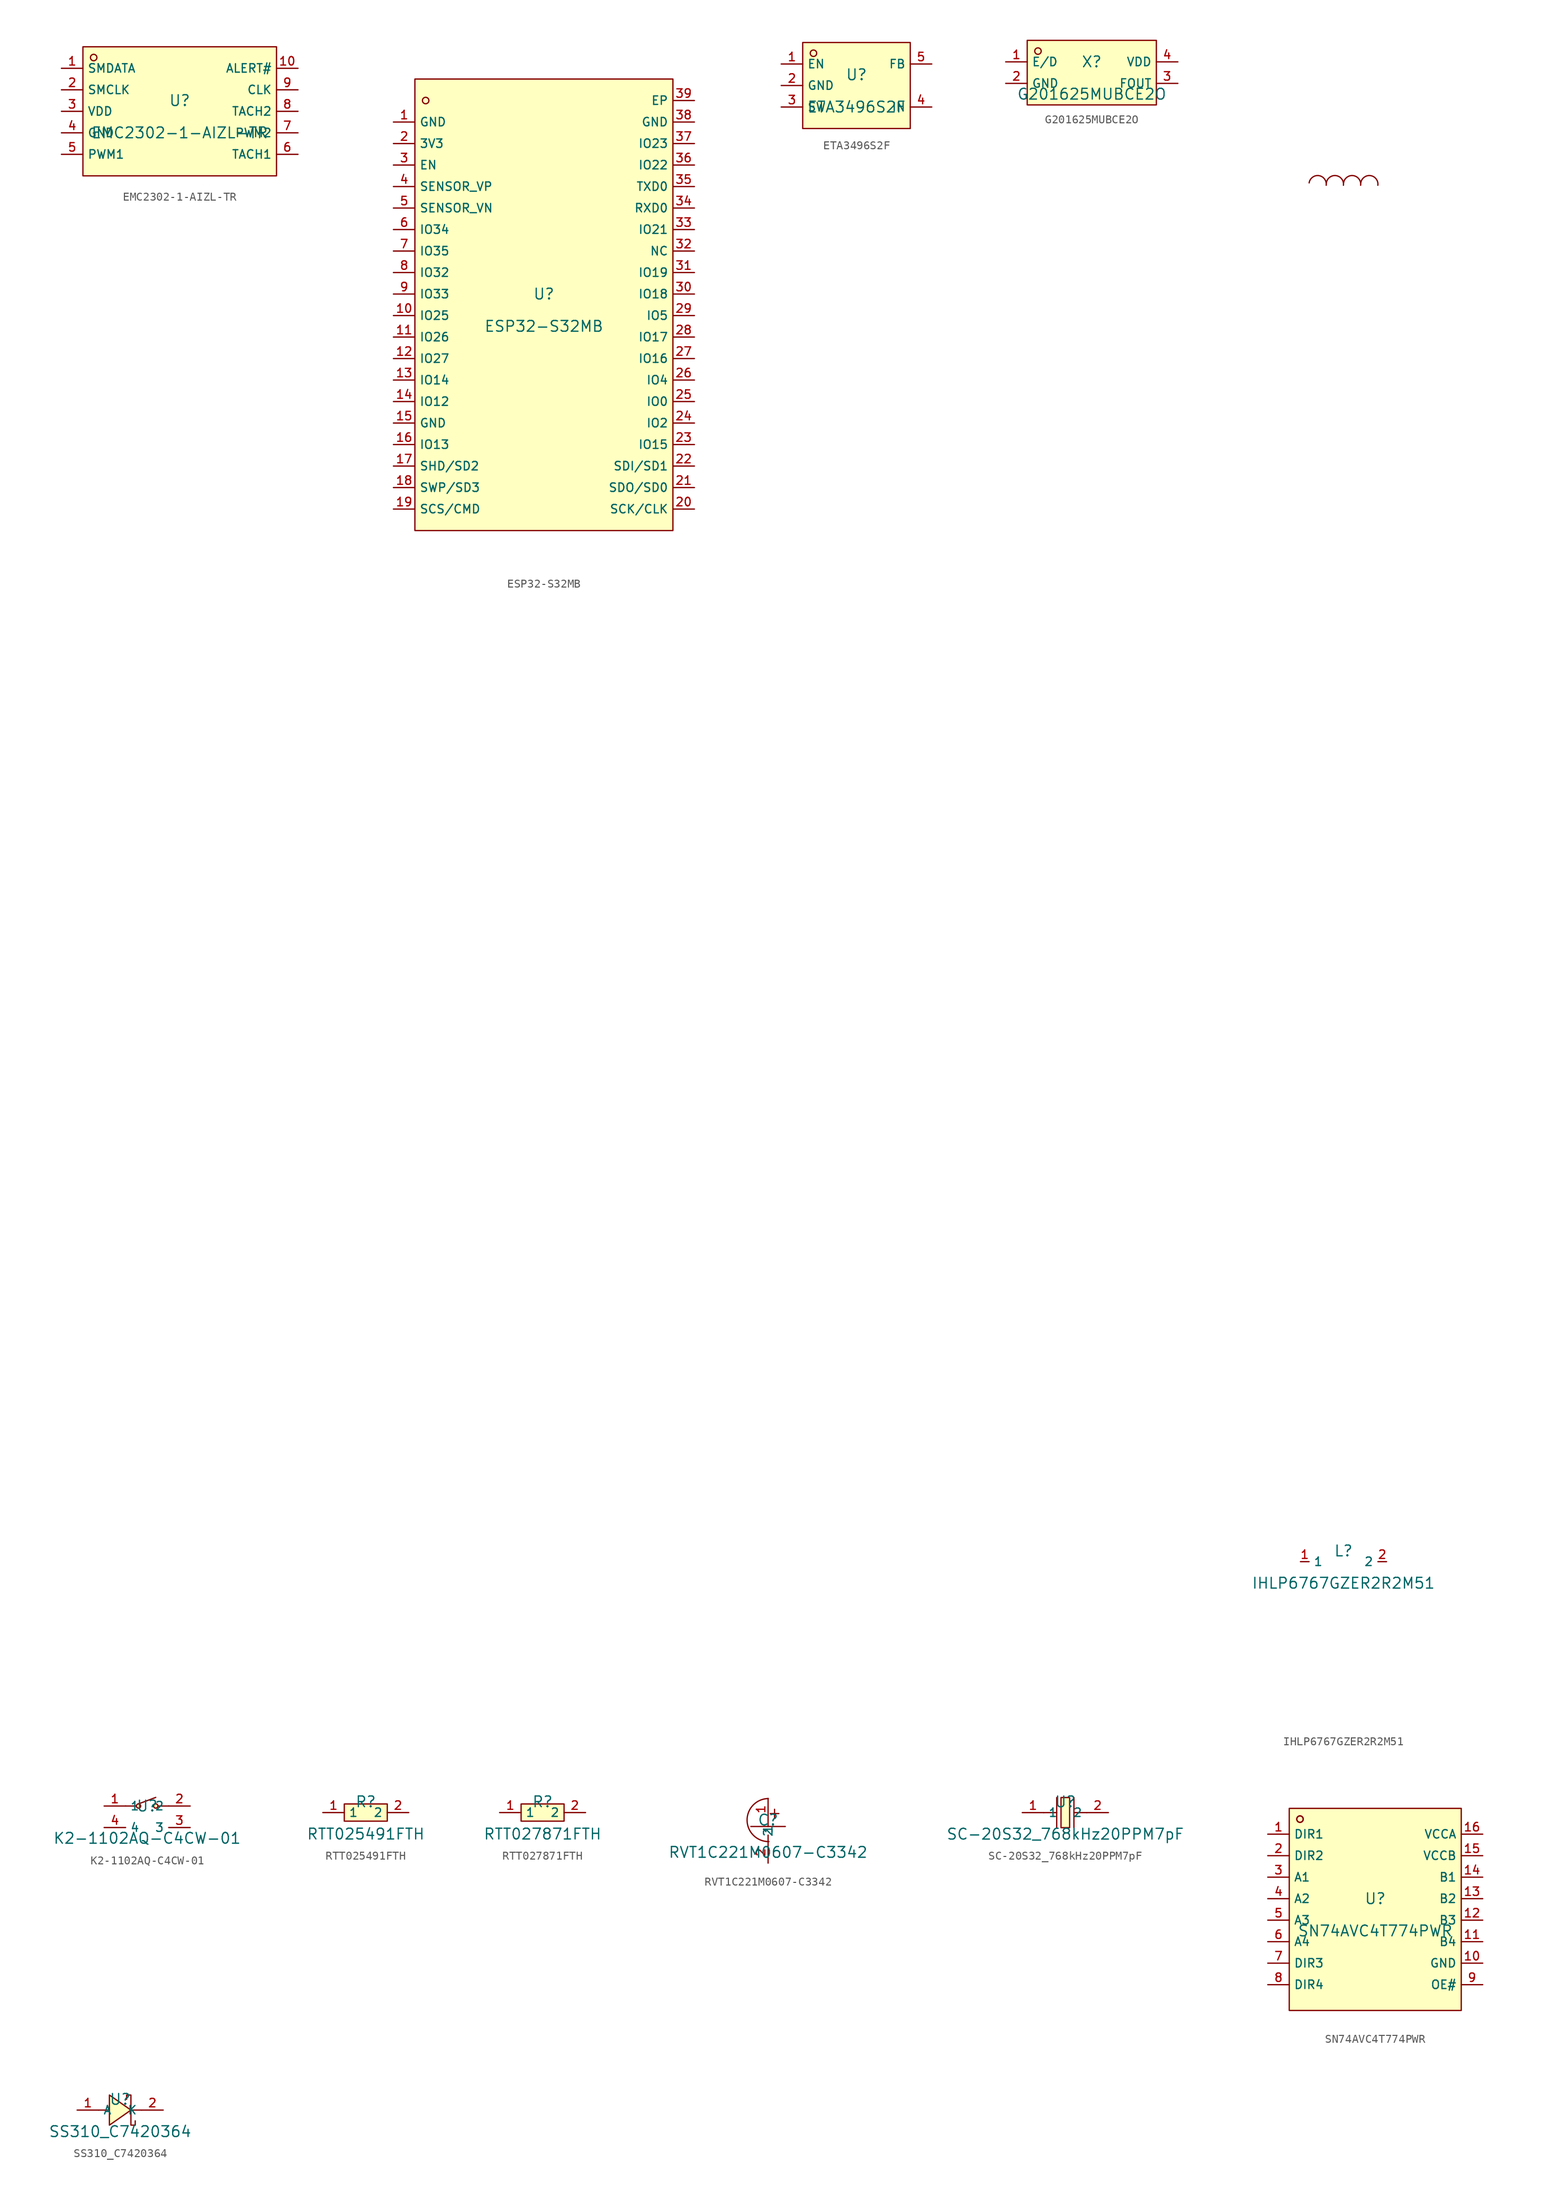
<source format=kicad_sym>
(kicad_symbol_lib
  (version 20241209)
  (generator "kicad_symbol_editor")
  (generator_version "9.0")
  (symbol "EMC2302-1-AIZL-TR"
    (property "Reference" "U"
      (at 0 1.27 0)
      (effects (font (size 1.27 1.27))))
    (property "Value" "EMC2302-1-AIZL-TR"
      (at 0 -2.54 0)
      (effects (font (size 1.27 1.27))))
    (symbol "EMC2302-1-AIZL-TR_0_1"
      (rectangle (start -11.43 7.62) (end 11.43 -7.62) (stroke (width 0) (type default) (color 0 0 0 0)) (fill (type background)))
      (circle (center -10.16 6.35) (radius 0.381) (stroke (width 0) (type default) (color 0 0 0 0)) (fill (type background)))
      (pin unspecified line (at -13.97 5.08 0) (length 2.54) (name "SMDATA" (effects (font (size 1 1)))) (number "1" (effects (font (size 1 1)))))
      (pin unspecified line (at -13.97 2.54 0) (length 2.54) (name "SMCLK" (effects (font (size 1 1)))) (number "2" (effects (font (size 1 1)))))
      (pin unspecified line (at -13.97 -0.0 0) (length 2.54) (name "VDD" (effects (font (size 1 1)))) (number "3" (effects (font (size 1 1)))))
      (pin unspecified line (at -13.97 -2.54 0) (length 2.54) (name "GND" (effects (font (size 1 1)))) (number "4" (effects (font (size 1 1)))))
      (pin unspecified line (at -13.97 -5.08 0) (length 2.54) (name "PWM1" (effects (font (size 1 1)))) (number "5" (effects (font (size 1 1)))))
      (pin unspecified line (at 13.97 -5.08 180) (length 2.54) (name "TACH1" (effects (font (size 1 1)))) (number "6" (effects (font (size 1 1)))))
      (pin unspecified line (at 13.97 -2.54 180) (length 2.54) (name "PWM2" (effects (font (size 1 1)))) (number "7" (effects (font (size 1 1)))))
      (pin unspecified line (at 13.97 -0.0 180) (length 2.54) (name "TACH2" (effects (font (size 1 1)))) (number "8" (effects (font (size 1 1)))))
      (pin unspecified line (at 13.97 2.54 180) (length 2.54) (name "CLK" (effects (font (size 1 1)))) (number "9" (effects (font (size 1 1)))))
      (pin unspecified line (at 13.97 5.08 180) (length 2.54) (name "ALERT#" (effects (font (size 1 1)))) (number "10" (effects (font (size 1 1)))))))
  (symbol "ESP32-S32MB"
    (property "Reference" "U"
      (at 0 1.27 0)
      (effects (font (size 1.27 1.27))))
    (property "Value" "ESP32-S32MB"
      (at 0 -2.54 0)
      (effects (font (size 1.27 1.27))))
    (symbol "ESP32-S32MB_0_1"
      (rectangle (start -15.24 26.67) (end 15.24 -26.67) (stroke (width 0) (type default)) (fill (type background)))
      (circle (center -13.97 24.13) (radius 0.381) (stroke (width 0) (type default)) (fill (type background)))
      (pin unspecified line (at -17.78 21.59 0) (length 2.54) (name "GND" (effects (font (size 1 1)))) (number "1" (effects (font (size 1 1)))))
      (pin unspecified line (at -17.78 19.05 0) (length 2.54) (name "3V3" (effects (font (size 1 1)))) (number "2" (effects (font (size 1 1)))))
      (pin unspecified line (at -17.78 16.51 0) (length 2.54) (name "EN" (effects (font (size 1 1)))) (number "3" (effects (font (size 1 1)))))
      (pin unspecified line (at -17.78 13.97 0) (length 2.54) (name "SENSOR_VP" (effects (font (size 1 1)))) (number "4" (effects (font (size 1 1)))))
      (pin unspecified line (at -17.78 11.43 0) (length 2.54) (name "SENSOR_VN" (effects (font (size 1 1)))) (number "5" (effects (font (size 1 1)))))
      (pin unspecified line (at -17.78 8.89 0) (length 2.54) (name "IO34" (effects (font (size 1 1)))) (number "6" (effects (font (size 1 1)))))
      (pin unspecified line (at -17.78 6.35 0) (length 2.54) (name "IO35" (effects (font (size 1 1)))) (number "7" (effects (font (size 1 1)))))
      (pin unspecified line (at -17.78 3.81 0) (length 2.54) (name "IO32" (effects (font (size 1 1)))) (number "8" (effects (font (size 1 1)))))
      (pin unspecified line (at -17.78 1.27 0) (length 2.54) (name "IO33" (effects (font (size 1 1)))) (number "9" (effects (font (size 1 1)))))
      (pin unspecified line (at -17.78 -1.27 0) (length 2.54) (name "IO25" (effects (font (size 1 1)))) (number "10" (effects (font (size 1 1)))))
      (pin unspecified line (at -17.78 -3.81 0) (length 2.54) (name "IO26" (effects (font (size 1 1)))) (number "11" (effects (font (size 1 1)))))
      (pin unspecified line (at -17.78 -6.35 0) (length 2.54) (name "IO27" (effects (font (size 1 1)))) (number "12" (effects (font (size 1 1)))))
      (pin unspecified line (at -17.78 -8.89 0) (length 2.54) (name "IO14" (effects (font (size 1 1)))) (number "13" (effects (font (size 1 1)))))
      (pin unspecified line (at -17.78 -11.43 0) (length 2.54) (name "IO12" (effects (font (size 1 1)))) (number "14" (effects (font (size 1 1)))))
      (pin unspecified line (at -17.78 -13.97 0) (length 2.54) (name "GND" (effects (font (size 1 1)))) (number "15" (effects (font (size 1 1)))))
      (pin unspecified line (at -17.78 -16.51 0) (length 2.54) (name "IO13" (effects (font (size 1 1)))) (number "16" (effects (font (size 1 1)))))
      (pin unspecified line (at -17.78 -19.05 0) (length 2.54) (name "SHD/SD2" (effects (font (size 1 1)))) (number "17" (effects (font (size 1 1)))))
      (pin unspecified line (at -17.78 -21.59 0) (length 2.54) (name "SWP/SD3" (effects (font (size 1 1)))) (number "18" (effects (font (size 1 1)))))
      (pin unspecified line (at -17.78 -24.13 0) (length 2.54) (name "SCS/CMD" (effects (font (size 1 1)))) (number "19" (effects (font (size 1 1)))))
      (pin unspecified line (at 17.78 24.13 180) (length 2.54) (name "EP" (effects (font (size 1 1)))) (number "39" (effects (font (size 1 1)))))
      (pin unspecified line (at 17.78 21.59 180) (length 2.54) (name "GND" (effects (font (size 1 1)))) (number "38" (effects (font (size 1 1)))))
      (pin unspecified line (at 17.78 19.05 180) (length 2.54) (name "IO23" (effects (font (size 1 1)))) (number "37" (effects (font (size 1 1)))))
      (pin unspecified line (at 17.78 16.51 180) (length 2.54) (name "IO22" (effects (font (size 1 1)))) (number "36" (effects (font (size 1 1)))))
      (pin unspecified line (at 17.78 13.97 180) (length 2.54) (name "TXD0" (effects (font (size 1 1)))) (number "35" (effects (font (size 1 1)))))
      (pin unspecified line (at 17.78 11.43 180) (length 2.54) (name "RXD0" (effects (font (size 1 1)))) (number "34" (effects (font (size 1 1)))))
      (pin unspecified line (at 17.78 8.89 180) (length 2.54) (name "IO21" (effects (font (size 1 1)))) (number "33" (effects (font (size 1 1)))))
      (pin unspecified line (at 17.78 6.35 180) (length 2.54) (name "NC" (effects (font (size 1 1)))) (number "32" (effects (font (size 1 1)))))
      (pin unspecified line (at 17.78 3.81 180) (length 2.54) (name "IO19" (effects (font (size 1 1)))) (number "31" (effects (font (size 1 1)))))
      (pin unspecified line (at 17.78 1.27 180) (length 2.54) (name "IO18" (effects (font (size 1 1)))) (number "30" (effects (font (size 1 1)))))
      (pin unspecified line (at 17.78 -1.27 180) (length 2.54) (name "IO5" (effects (font (size 1 1)))) (number "29" (effects (font (size 1 1)))))
      (pin unspecified line (at 17.78 -3.81 180) (length 2.54) (name "IO17" (effects (font (size 1 1)))) (number "28" (effects (font (size 1 1)))))
      (pin unspecified line (at 17.78 -6.35 180) (length 2.54) (name "IO16" (effects (font (size 1 1)))) (number "27" (effects (font (size 1 1)))))
      (pin unspecified line (at 17.78 -8.89 180) (length 2.54) (name "IO4" (effects (font (size 1 1)))) (number "26" (effects (font (size 1 1)))))
      (pin unspecified line (at 17.78 -11.43 180) (length 2.54) (name "IO0" (effects (font (size 1 1)))) (number "25" (effects (font (size 1 1)))))
      (pin unspecified line (at 17.78 -13.97 180) (length 2.54) (name "IO2" (effects (font (size 1 1)))) (number "24" (effects (font (size 1 1)))))
      (pin unspecified line (at 17.78 -16.51 180) (length 2.54) (name "IO15" (effects (font (size 1 1)))) (number "23" (effects (font (size 1 1)))))
      (pin unspecified line (at 17.78 -19.05 180) (length 2.54) (name "SDI/SD1" (effects (font (size 1 1)))) (number "22" (effects (font (size 1 1)))))
      (pin unspecified line (at 17.78 -21.59 180) (length 2.54) (name "SDO/SD0" (effects (font (size 1 1)))) (number "21" (effects (font (size 1 1)))))
      (pin unspecified line (at 17.78 -24.13 180) (length 2.54) (name "SCK/CLK" (effects (font (size 1 1)))) (number "20" (effects (font (size 1 1)))))))
  (symbol "ETA3496S2F"
    (property "Reference" "U"
      (at 0 1.27 0)
      (effects (font (size 1.27 1.27))))
    (property "Value" "ETA3496S2F"
      (at 0 -2.54 0)
      (effects (font (size 1.27 1.27))))
    (symbol "ETA3496S2F_0_1"
      (rectangle (start -6.35 5.08) (end 6.35 -5.08) (stroke (width 0) (type default) (color 0 0 0 0)) (fill (type background)))
      (circle (center -5.08 3.81) (radius 0.381) (stroke (width 0) (type default) (color 0 0 0 0)) (fill (type background)))
      (pin unspecified line (at -8.89 2.54 0) (length 2.54) (name "EN" (effects (font (size 1 1)))) (number "1" (effects (font (size 1 1)))))
      (pin unspecified line (at -8.89 -0.0 0) (length 2.54) (name "GND" (effects (font (size 1 1)))) (number "2" (effects (font (size 1 1)))))
      (pin unspecified line (at -8.89 -2.54 0) (length 2.54) (name "SW" (effects (font (size 1 1)))) (number "3" (effects (font (size 1 1)))))
      (pin unspecified line (at 8.89 -2.54 180) (length 2.54) (name "IN" (effects (font (size 1 1)))) (number "4" (effects (font (size 1 1)))))
      (pin unspecified line (at 8.89 2.54 180) (length 2.54) (name "FB" (effects (font (size 1 1)))) (number "5" (effects (font (size 1 1)))))))
  (symbol "G201625MUBCE2O"
    (property "Reference" "X"
      (at 0 1.27 0)
      (effects (font (size 1.27 1.27))))
    (property "Value" "G201625MUBCE2O"
      (at 0 -2.54 0)
      (effects (font (size 1.27 1.27))))
    (symbol "G201625MUBCE2O_0_1"
      (rectangle (start -7.62 3.81) (end 7.62 -3.81) (stroke (width 0) (type default) (color 0 0 0 0)) (fill (type background)))
      (circle (center -6.35 2.54) (radius 0.381) (stroke (width 0) (type default) (color 0 0 0 0)) (fill (type background)))
      (pin unspecified line (at -10.16 1.27 0) (length 2.54) (name "E/D" (effects (font (size 1 1)))) (number "1" (effects (font (size 1 1)))))
      (pin unspecified line (at -10.16 -1.27 0) (length 2.54) (name "GND" (effects (font (size 1 1)))) (number "2" (effects (font (size 1 1)))))
      (pin unspecified line (at 10.16 -1.27 180) (length 2.54) (name "FOUT" (effects (font (size 1 1)))) (number "3" (effects (font (size 1 1)))))
      (pin unspecified line (at 10.16 1.27 180) (length 2.54) (name "VDD" (effects (font (size 1 1)))) (number "4" (effects (font (size 1 1)))))))
  (symbol "IHLP6767GZER2R2M51"
    (property "Reference" "L"
      (at 0 1.27 0)
      (effects (font (size 1.27 1.27))))
    (property "Value" "IHLP6767GZER2R2M51"
      (at 0 -2.54 0)
      (effects (font (size 1.27 1.27))))
    (symbol "IHLP6767GZER2R2M51_0_1"
      (arc (start 2.0221293641317573 162.41901747308523) (mid 1.1573096664950073 163.56645251494794) (end 0.009874635792613502 162.70163280250378) (stroke (width 0) (type default) (color 0 0 0 0)) (fill (type none)))
      (arc (start 4.0541334281398855 162.41901747308523) (mid 3.1893137305031356 163.56645251494794) (end 2.0418786998007414 162.70163280250378) (stroke (width 0) (type default) (color 0 0 0 0)) (fill (type none)))
      (arc (start -0.009874699876370796 162.41901747308523) (mid -0.8746943975131207 163.56645251494794) (end -2.0221294282155147 162.70163280250378) (stroke (width 0) (type default) (color 0 0 0 0)) (fill (type none)))
      (arc (start -2.041878763884499 162.41901747308523) (mid -2.9066984615212488 163.56645251494794) (end -4.0541334922236425 162.70163280250378) (stroke (width 0) (type default) (color 0 0 0 0)) (fill (type none)))
      (pin unspecified line (at -5.08 -0.0 0) (length 1.016) (name "1" (effects (font (size 1 1)))) (number "1" (effects (font (size 1 1)))))
      (pin unspecified line (at 5.08 -0.0 180) (length 1.016) (name "2" (effects (font (size 1 1)))) (number "2" (effects (font (size 1 1)))))))
  (symbol "K2-1102AQ-C4CW-01"
    (property "Reference" "U"
      (at 0 1.27 0)
      (effects (font (size 1.27 1.27))))
    (property "Value" "K2-1102AQ-C4CW-01"
      (at 0 -2.54 0)
      (effects (font (size 1.27 1.27))))
    (symbol "K2-1102AQ-C4CW-01_0_1"
      (pin unspecified line (at -5.08 1.27 0) (length 2.54) (name "1" (effects (font (size 1 1)))) (number "1" (effects (font (size 1 1)))))
      (pin unspecified line (at 5.08 1.27 180) (length 2.54) (name "2" (effects (font (size 1 1)))) (number "2" (effects (font (size 1 1)))))
      (pin unspecified line (at -5.08 -1.27 0) (length 2.54) (name "4" (effects (font (size 1 1)))) (number "4" (effects (font (size 1 1)))))
      (pin unspecified line (at 5.08 -1.27 180) (length 2.54) (name "3" (effects (font (size 1 1)))) (number "3" (effects (font (size 1 1)))))
      (polyline (pts (xy -2.54 1.27) (xy -1.27 1.27)) (stroke (width 0) (type default) (color 0 0 0 0)) (fill (type none)))
      (polyline (pts (xy 2.54 1.27) (xy 1.27 1.27)) (stroke (width 0) (type default) (color 0 0 0 0)) (fill (type none)))
      (circle (center -1.016 1.27) (radius 0.254) (stroke (width 0) (type default) (color 0 0 0 0)) (fill (type background)))
      (circle (center 1.016 1.27) (radius 0.254) (stroke (width 0) (type default) (color 0 0 0 0)) (fill (type background)))
      (polyline (pts (xy -1.016 1.524) (xy 1.016 2.286)) (stroke (width 0) (type default) (color 0 0 0 0)) (fill (type none)))))
  (symbol "RTT025491FTH"
    (property "Reference" "R"
      (at 0 1.27 0)
      (effects (font (size 1.27 1.27))))
    (property "Value" "RTT025491FTH"
      (at 0 -2.54 0)
      (effects (font (size 1.27 1.27))))
    (symbol "RTT025491FTH_0_1"
      (rectangle (start -2.54 1.016) (end 2.54 -1.016) (stroke (width 0) (type default)) (fill (type background)))
      (pin input line (at -5.08 0 0) (length 2.54) (name "1" (effects (font (size 1 1)))) (number "1" (effects (font (size 1 1)))))
      (pin input line (at 5.08 0 180) (length 2.54) (name "2" (effects (font (size 1 1)))) (number "2" (effects (font (size 1 1)))))))
  (symbol "RTT027871FTH"
    (property "Reference" "R"
      (at 0 1.27 0)
      (effects (font (size 1.27 1.27))))
    (property "Value" "RTT027871FTH"
      (at 0 -2.54 0)
      (effects (font (size 1.27 1.27))))
    (symbol "RTT027871FTH_0_1"
      (pin input line (at 5.08 -0.0 180) (length 2.54) (name "2" (effects (font (size 1 1)))) (number "2" (effects (font (size 1 1)))))
      (pin input line (at -5.08 -0.0 0) (length 2.54) (name "1" (effects (font (size 1 1)))) (number "1" (effects (font (size 1 1)))))
      (rectangle (start -2.54 1.016) (end 2.54 -1.016) (stroke (width 0) (type default) (color 0 0 0 0)) (fill (type background)))))
  (symbol "RVT1C221M0607-C3342"
    (property "Reference" "C"
      (at 0 1.27 0)
      (effects (font (size 1.27 1.27))))
    (property "Value" "RVT1C221M0607-C3342"
      (at 0 -2.54 0)
      (effects (font (size 1.27 1.27))))
    (symbol "RVT1C221M0607-C3342_0_1"
      (polyline (pts (xy 2.032 0.508) (xy -2.032 0.508)) (stroke (width 0) (type default) (color 0 0 0 0)) (fill (type none)))
      (pin input line (at 0.0 3.81 270) (length 2.54) (name "1" (effects (font (size 1 1)))) (number "1" (effects (font (size 1 1)))))
      (pin input line (at 0.0 -3.81 90) (length 2.54) (name "2" (effects (font (size 1 1)))) (number "2" (effects (font (size 1 1)))))
      (polyline (pts (xy 0.0 1.27) (xy 0.0 0.508)) (stroke (width 0) (type default) (color 0 0 0 0)) (fill (type none)))
      (polyline (pts (xy 0.0 -0.508) (xy 0.0 -1.27)) (stroke (width 0) (type default) (color 0 0 0 0)) (fill (type none)))
      (arc (start 0.10111338025900629 -1.2734951496581821) (mid -2.4787275601230028 1.2260392740463029) (end 0.02080686358148196 3.8058802144283117) (stroke (width 0) (type default) (color 0 0 0 0)) (fill (type none)))
      (polyline (pts (xy 0.762 2.54) (xy 0.762 1.524)) (stroke (width 0) (type default) (color 0 0 0 0)) (fill (type none)))
      (polyline (pts (xy 1.27 2.032) (xy 0.254 2.032)) (stroke (width 0) (type default) (color 0 0 0 0)) (fill (type none)))))
  (symbol "SC-20S32_768kHz20PPM7pF"
    (property "Reference" "U"
      (at 0 1.27 0)
      (effects (font (size 1.27 1.27))))
    (property "Value" "SC-20S32_768kHz20PPM7pF"
      (at 0 -2.54 0)
      (effects (font (size 1.27 1.27))))
    (symbol "SC-20S32_768kHz20PPM7pF_0_1"
      (polyline (pts (xy -2.54 0) (xy -1.016 0)) (stroke (width 0) (type default)) (fill (type none)))
      (polyline (pts (xy -1.016 1.778) (xy -1.016 -1.778)) (stroke (width 0) (type default)) (fill (type none)))
      (rectangle (start -0.508 1.778) (end 0.508 -1.778) (stroke (width 0) (type default)) (fill (type background)))
      (polyline (pts (xy 1.016 1.778) (xy 1.016 -1.778)) (stroke (width 0) (type default)) (fill (type none)))
      (polyline (pts (xy 1.016 0) (xy 2.54 0)) (stroke (width 0) (type default)) (fill (type none)))
      (pin unspecified line (at -5.08 0 0) (length 2.54) (name "1" (effects (font (size 1 1)))) (number "1" (effects (font (size 1 1)))))
      (pin unspecified line (at 5.08 0 180) (length 2.54) (name "2" (effects (font (size 1 1)))) (number "2" (effects (font (size 1 1)))))))
  (symbol "SN74AVC4T774PWR"
    (property "Reference" "U"
      (at 0 1.27 0)
      (effects (font (size 1.27 1.27))))
    (property "Value" "SN74AVC4T774PWR"
      (at 0 -2.54 0)
      (effects (font (size 1.27 1.27))))
    (symbol "SN74AVC4T774PWR_0_1"
      (circle (center -8.89 10.668) (radius 0.381) (stroke (width 0) (type default) (color 0 0 0 0)) (fill (type background)))
      (rectangle (start -10.16 11.938) (end 10.16 -11.938) (stroke (width 0) (type default) (color 0 0 0 0)) (fill (type background)))
      (circle (center -8.89 10.668) (radius 0.381) (stroke (width 0) (type default) (color 0 0 0 0)) (fill (type background)))
      (pin unspecified line (at -12.7 8.89 0) (length 2.54) (name "DIR1" (effects (font (size 1 1)))) (number "1" (effects (font (size 1 1)))))
      (pin unspecified line (at -12.7 6.35 0) (length 2.54) (name "DIR2" (effects (font (size 1 1)))) (number "2" (effects (font (size 1 1)))))
      (pin unspecified line (at -12.7 3.81 0) (length 2.54) (name "A1" (effects (font (size 1 1)))) (number "3" (effects (font (size 1 1)))))
      (pin unspecified line (at -12.7 1.27 0) (length 2.54) (name "A2" (effects (font (size 1 1)))) (number "4" (effects (font (size 1 1)))))
      (pin unspecified line (at -12.7 -1.27 0) (length 2.54) (name "A3" (effects (font (size 1 1)))) (number "5" (effects (font (size 1 1)))))
      (pin unspecified line (at -12.7 -3.81 0) (length 2.54) (name "A4" (effects (font (size 1 1)))) (number "6" (effects (font (size 1 1)))))
      (pin unspecified line (at -12.7 -6.35 0) (length 2.54) (name "DIR3" (effects (font (size 1 1)))) (number "7" (effects (font (size 1 1)))))
      (pin unspecified line (at -12.7 -8.89 0) (length 2.54) (name "DIR4" (effects (font (size 1 1)))) (number "8" (effects (font (size 1 1)))))
      (pin unspecified line (at 12.7 -8.89 180) (length 2.54) (name "OE#" (effects (font (size 1 1)))) (number "9" (effects (font (size 1 1)))))
      (pin unspecified line (at 12.7 -6.35 180) (length 2.54) (name "GND" (effects (font (size 1 1)))) (number "10" (effects (font (size 1 1)))))
      (pin unspecified line (at 12.7 -3.81 180) (length 2.54) (name "B4" (effects (font (size 1 1)))) (number "11" (effects (font (size 1 1)))))
      (pin unspecified line (at 12.7 -1.27 180) (length 2.54) (name "B3" (effects (font (size 1 1)))) (number "12" (effects (font (size 1 1)))))
      (pin unspecified line (at 12.7 1.27 180) (length 2.54) (name "B2" (effects (font (size 1 1)))) (number "13" (effects (font (size 1 1)))))
      (pin unspecified line (at 12.7 3.81 180) (length 2.54) (name "B1" (effects (font (size 1 1)))) (number "14" (effects (font (size 1 1)))))
      (pin unspecified line (at 12.7 6.35 180) (length 2.54) (name "VCCB" (effects (font (size 1 1)))) (number "15" (effects (font (size 1 1)))))
      (pin unspecified line (at 12.7 8.89 180) (length 2.54) (name "VCCA" (effects (font (size 1 1)))) (number "16" (effects (font (size 1 1)))))))
  (symbol "SS310_C7420364"
    (property "Reference" "U"
      (at 0 1.27 0)
      (effects (font (size 1.27 1.27))))
    (property "Value" "SS310_C7420364"
      (at 0 -2.54 0)
      (effects (font (size 1.27 1.27))))
    (symbol "SS310_C7420364_0_1"
      (pin unspecified line (at -5.08 -0.0 0) (length 2.54) (name "A" (effects (font (size 1 1)))) (number "1" (effects (font (size 1 1)))))
      (pin unspecified line (at 5.08 -0.0 180) (length 2.54) (name "K" (effects (font (size 1 1)))) (number "2" (effects (font (size 1 1)))))
      (polyline (pts (xy 1.778 -1.27) (xy 1.778 -1.778) (xy 1.27 -1.778) (xy 1.27 1.778) (xy 0.762 1.778) (xy 0.762 1.27)) (stroke (width 0) (type default) (color 0 0 0 0)) (fill (type none)))
      (polyline (pts (xy -2.54 -0.0) (xy -1.27 -0.0)) (stroke (width 0) (type default) (color 0 0 0 0)) (fill (type none)))
      (polyline (pts (xy 1.27 -0.0) (xy 2.54 -0.0)) (stroke (width 0) (type default) (color 0 0 0 0)) (fill (type none)))
      (polyline (pts (xy -1.27 -1.778) (xy 1.27 -0.0) (xy -1.27 1.778) (xy -1.27 -1.778)) (stroke (width 0) (type default) (color 0 0 0 0)) (fill (type background))))))
</source>
